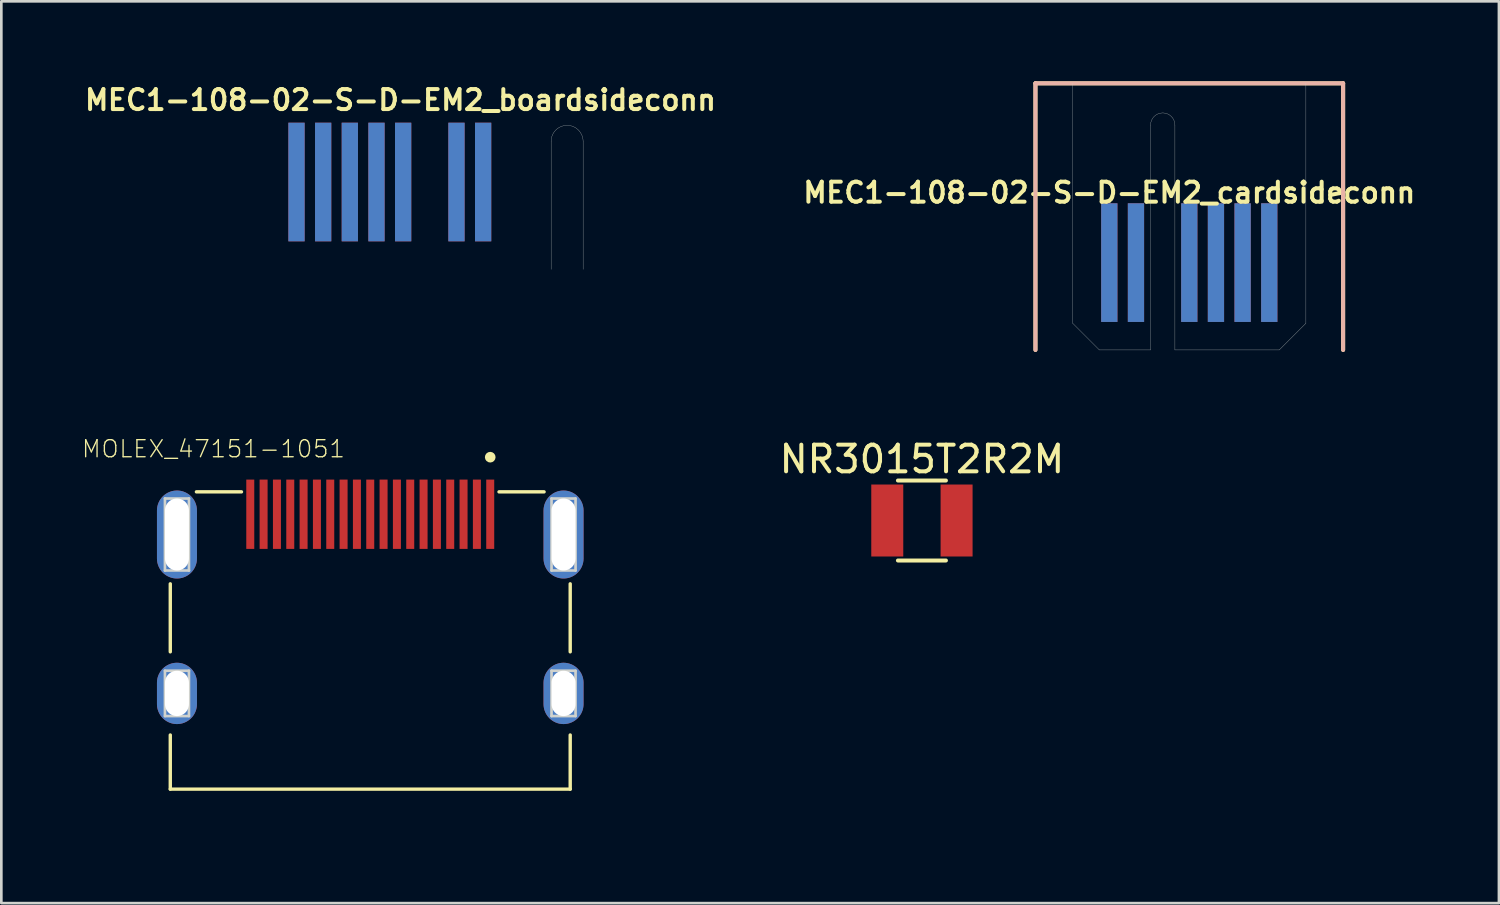
<source format=kicad_pcb>
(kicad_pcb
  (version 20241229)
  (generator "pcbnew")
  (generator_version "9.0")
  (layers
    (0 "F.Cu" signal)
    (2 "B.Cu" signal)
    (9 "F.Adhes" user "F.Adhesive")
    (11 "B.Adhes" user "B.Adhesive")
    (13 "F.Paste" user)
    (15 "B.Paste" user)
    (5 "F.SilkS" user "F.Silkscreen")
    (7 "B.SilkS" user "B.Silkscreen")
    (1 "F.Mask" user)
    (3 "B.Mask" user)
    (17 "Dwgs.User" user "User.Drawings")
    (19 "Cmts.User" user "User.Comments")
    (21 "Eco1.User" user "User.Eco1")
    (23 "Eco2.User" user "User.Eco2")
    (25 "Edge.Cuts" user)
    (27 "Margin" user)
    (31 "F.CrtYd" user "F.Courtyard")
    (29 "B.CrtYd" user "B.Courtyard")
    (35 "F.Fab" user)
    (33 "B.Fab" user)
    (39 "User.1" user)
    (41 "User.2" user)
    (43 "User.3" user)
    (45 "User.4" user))
  (footprint "MEC1-108-02-S-D-EM2_cardsideconn"
    (layer "F.Cu")
    (at 38.557 10.075)
    (property "Reference" "MEC1-108-02-S-D-EM2_cardsideconn" (at 0 -5.9 0) (layer "F.SilkS") (effects (font (size 0.75 0.75) (thickness 0.15))))
    (attr smd)
    (fp_line (start -2.77 0) (end -2.77 -10) (stroke (width 0.15) (type solid)) (layer "F.SilkS"))
    (fp_line (start 8.77 -10) (end -2.77 -10) (stroke (width 0.15) (type solid)) (layer "F.SilkS"))
    (fp_line (start 8.77 0) (end 8.77 -10) (stroke (width 0.15) (type solid)) (layer "F.SilkS"))
    (fp_line (start -2.77 0) (end -2.77 -10) (stroke (width 0.15) (type solid)) (layer "B.SilkS"))
    (fp_line (start 8.77 -10) (end -2.77 -10) (stroke (width 0.15) (type solid)) (layer "B.SilkS"))
    (fp_line (start 8.77 0) (end 8.77 -10) (stroke (width 0.15) (type solid)) (layer "B.SilkS"))
    (fp_line (start -1.374 -1) (end -1.374 -10) (stroke (width 0.01) (type solid)) (layer "Edge.Cuts"))
    (fp_line (start -1.374 -1) (end -0.374 0) (stroke (width 0.01) (type solid)) (layer "Edge.Cuts"))
    (fp_line (start -0.374 0) (end 1.547 0) (stroke (width 0.01) (type solid)) (layer "Edge.Cuts"))
    (fp_line (start 1.547 0) (end 1.547 -8.433) (stroke (width 0.01) (type solid)) (layer "Edge.Cuts"))
    (fp_line (start 2.461 0) (end 2.461 -8.433) (stroke (width 0.01) (type solid)) (layer "Edge.Cuts"))
    (fp_line (start 2.461 0) (end 6.374 0) (stroke (width 0.01) (type solid)) (layer "Edge.Cuts"))
    (fp_line (start 6.374 0) (end 7.374 -1) (stroke (width 0.01) (type solid)) (layer "Edge.Cuts"))
    (fp_line (start 7.374 -1) (end 7.374 -10) (stroke (width 0.01) (type solid)) (layer "Edge.Cuts"))
    (fp_arc (start 1.547 -8.433) (mid 2.004 -8.89) (end 2.461 -8.433) (stroke (width 0.01) (type solid)) (layer "Edge.Cuts"))
    (fp_line (start -2.77 0) (end 8.77 0) (stroke (width 0.15) (type solid)) (layer "Margin"))
    (pad "1" smd rect (at 0 -3.275) (size 0.61 4.45) (layers "F.Cu" "F.Mask" "F.Paste"))
    (pad "2" smd rect (at 0 -3.275) (size 0.61 4.45) (layers "B.Cu" "B.Mask" "B.Paste"))
    (pad "3" smd rect (at 1 -3.275) (size 0.61 4.45) (layers "F.Cu" "F.Mask" "F.Paste"))
    (pad "4" smd rect (at 1 -3.275) (size 0.61 4.45) (layers "B.Cu" "B.Mask" "B.Paste"))
    (pad "7" smd rect (at 3 -3.275) (size 0.61 4.45) (layers "F.Cu" "F.Mask" "F.Paste"))
    (pad "8" smd rect (at 3 -3.275) (size 0.61 4.45) (layers "B.Cu" "B.Mask" "B.Paste"))
    (pad "9" smd rect (at 4 -3.275) (size 0.61 4.45) (layers "F.Cu" "F.Mask" "F.Paste"))
    (pad "10" smd rect (at 4 -3.275) (size 0.61 4.45) (layers "B.Cu" "B.Mask" "B.Paste"))
    (pad "11" smd rect (at 5 -3.275) (size 0.61 4.45) (layers "F.Cu" "F.Mask" "F.Paste"))
    (pad "12" smd rect (at 5 -3.275) (size 0.61 4.45) (layers "B.Cu" "B.Mask" "B.Paste"))
    (pad "13" smd rect (at 6 -3.275) (size 0.61 4.45) (layers "F.Cu" "F.Mask" "F.Paste"))
    (pad "14" smd rect (at 6 -3.275) (size 0.61 4.45) (layers "B.Cu" "B.Mask" "B.Paste")))
  (footprint "NR3015T2R2M"
    (layer "F.Cu")
    (at 31.529 16.473)
    (property "Reference" "NR3015T2R2M" (at 0 -2.3 0) (layer "F.SilkS") (effects (font (size 1 1) (thickness 0.15))))
    (attr smd)
    (fp_line (start -0.9 -1.5) (end 0.9 -1.5) (stroke (width 0.15) (type solid)) (layer "F.SilkS"))
    (fp_line (start 0.9 1.5) (end -0.9 1.5) (stroke (width 0.15) (type solid)) (layer "F.SilkS"))
    (pad "1" smd rect (at -1.3 0) (size 1.2 2.7) (layers "F.Cu" "F.Mask" "F.Paste"))
    (pad "2" smd rect (at 1.3 0) (size 1.2 2.7) (layers "F.Cu" "F.Mask" "F.Paste")))
  (footprint "MOLEX_47151-1051"
    (layer "F.Cu")
    (at 10.837 16.998)
    (property "Reference" "MOLEX_47151-1051" (at -5.882 -3.211 0) (layer "F.SilkS") (effects (font (size 0.641 0.641) (thickness 0.05))))
    (attr smd)
    (fp_line (start -7.5 4.4) (end -7.5 1.85) (stroke (width 0.127) (type solid)) (layer "F.SilkS"))
    (fp_line (start -7.5 9.55) (end -7.5 7.52) (stroke (width 0.127) (type solid)) (layer "F.SilkS"))
    (fp_line (start -6.52 -1.6) (end -4.83 -1.6) (stroke (width 0.127) (type solid)) (layer "F.SilkS"))
    (fp_line (start 4.83 -1.6) (end 6.52 -1.6) (stroke (width 0.127) (type solid)) (layer "F.SilkS"))
    (fp_line (start 7.5 1.85) (end 7.5 4.4) (stroke (width 0.127) (type solid)) (layer "F.SilkS"))
    (fp_line (start 7.5 7.52) (end 7.5 9.55) (stroke (width 0.127) (type solid)) (layer "F.SilkS"))
    (fp_line (start 7.5 9.55) (end -7.5 9.55) (stroke (width 0.127) (type solid)) (layer "F.SilkS"))
    (fp_circle (center 4.5 -2.9) (end 4.6 -2.9) (stroke (width 0.2) (type solid)) (fill no) (layer "F.SilkS"))
    (fp_line (start -8.35 -2.31) (end 8.35 -2.31) (stroke (width 0.05) (type solid)) (layer "Eco1.User"))
    (fp_line (start -8.35 10.8) (end -8.35 -2.31) (stroke (width 0.05) (type solid)) (layer "Eco1.User"))
    (fp_line (start 8.35 -2.31) (end 8.35 10.8) (stroke (width 0.05) (type solid)) (layer "Eco1.User"))
    (fp_line (start 8.35 10.8) (end -8.35 10.8) (stroke (width 0.05) (type solid)) (layer "Eco1.User"))
    (fp_line (start -7.5 -1.6) (end 7.5 -1.6) (stroke (width 0.127) (type solid)) (layer "Eco2.User"))
    (fp_line (start -7.5 10.55) (end -7.5 -1.6) (stroke (width 0.127) (type solid)) (layer "Eco2.User"))
    (fp_line (start 7.5 -1.6) (end 7.5 9.55) (stroke (width 0.127) (type solid)) (layer "Eco2.User"))
    (fp_line (start 7.5 9.55) (end 7.5 10.55) (stroke (width 0.127) (type solid)) (layer "Eco2.User"))
    (fp_line (start 7.5 9.55) (end 10.45 9.55) (stroke (width 0.127) (type solid)) (layer "Eco2.User"))
    (fp_line (start 7.5 10.55) (end -7.5 10.55) (stroke (width 0.127) (type solid)) (layer "Eco2.User"))
    (fp_circle (center 4.5 -2.9) (end 4.6 -2.9) (stroke (width 0.2) (type solid)) (fill no) (layer "Eco2.User"))
    (fp_line (start -7.7 -1.35) (end -7.7 1.35) (stroke (width 0.1) (type solid)) (layer "Edge.Cuts"))
    (fp_line (start -7.7 1.35) (end -6.8 1.35) (stroke (width 0.1) (type solid)) (layer "Edge.Cuts"))
    (fp_line (start -7.7 5.11) (end -7.7 6.81) (stroke (width 0.1) (type solid)) (layer "Edge.Cuts"))
    (fp_line (start -7.7 6.81) (end -6.8 6.81) (stroke (width 0.1) (type solid)) (layer "Edge.Cuts"))
    (fp_line (start -6.8 -1.35) (end -7.7 -1.35) (stroke (width 0.1) (type solid)) (layer "Edge.Cuts"))
    (fp_line (start -6.8 1.35) (end -6.8 -1.35) (stroke (width 0.1) (type solid)) (layer "Edge.Cuts"))
    (fp_line (start -6.8 5.11) (end -7.7 5.11) (stroke (width 0.1) (type solid)) (layer "Edge.Cuts"))
    (fp_line (start -6.8 6.81) (end -6.8 5.11) (stroke (width 0.1) (type solid)) (layer "Edge.Cuts"))
    (fp_line (start 6.8 -1.35) (end 6.8 1.35) (stroke (width 0.1) (type solid)) (layer "Edge.Cuts"))
    (fp_line (start 6.8 1.35) (end 7.7 1.35) (stroke (width 0.1) (type solid)) (layer "Edge.Cuts"))
    (fp_line (start 6.8 5.11) (end 6.8 6.81) (stroke (width 0.1) (type solid)) (layer "Edge.Cuts"))
    (fp_line (start 6.8 6.81) (end 7.7 6.81) (stroke (width 0.1) (type solid)) (layer "Edge.Cuts"))
    (fp_line (start 7.7 -1.35) (end 6.8 -1.35) (stroke (width 0.1) (type solid)) (layer "Edge.Cuts"))
    (fp_line (start 7.7 1.35) (end 7.7 -1.35) (stroke (width 0.1) (type solid)) (layer "Edge.Cuts"))
    (fp_line (start 7.7 5.11) (end 6.8 5.11) (stroke (width 0.1) (type solid)) (layer "Edge.Cuts"))
    (fp_line (start 7.7 6.81) (end 7.7 5.11) (stroke (width 0.1) (type solid)) (layer "Edge.Cuts"))
    (fp_text user "PCB~{EDGE}" (at 8.854 9.304 0) (layer "Edge.Cuts") (effects (font (size 1 1) (thickness 0.05))))
    (pad "1" smd rect (at 4.5 -0.76 90) (size 2.6 0.3) (layers "F.Cu" "F.Mask" "F.Paste"))
    (pad "2" smd rect (at 4 -0.76 90) (size 2.6 0.3) (layers "F.Cu" "F.Mask" "F.Paste"))
    (pad "3" smd rect (at 3.5 -0.76 90) (size 2.6 0.3) (layers "F.Cu" "F.Mask" "F.Paste"))
    (pad "4" smd rect (at 3 -0.76 90) (size 2.6 0.3) (layers "F.Cu" "F.Mask" "F.Paste"))
    (pad "5" smd rect (at 2.5 -0.76 90) (size 2.6 0.3) (layers "F.Cu" "F.Mask" "F.Paste"))
    (pad "6" smd rect (at 2 -0.76 90) (size 2.6 0.3) (layers "F.Cu" "F.Mask" "F.Paste"))
    (pad "7" smd rect (at 1.5 -0.76 90) (size 2.6 0.3) (layers "F.Cu" "F.Mask" "F.Paste"))
    (pad "8" smd rect (at 1 -0.76 90) (size 2.6 0.3) (layers "F.Cu" "F.Mask" "F.Paste"))
    (pad "9" smd rect (at 0.5 -0.76 90) (size 2.6 0.3) (layers "F.Cu" "F.Mask" "F.Paste"))
    (pad "10" smd rect (at 0 -0.76 90) (size 2.6 0.3) (layers "F.Cu" "F.Mask" "F.Paste"))
    (pad "11" smd rect (at -0.5 -0.76 90) (size 2.6 0.3) (layers "F.Cu" "F.Mask" "F.Paste"))
    (pad "12" smd rect (at -1 -0.76 90) (size 2.6 0.3) (layers "F.Cu" "F.Mask" "F.Paste"))
    (pad "13" smd rect (at -1.5 -0.76 90) (size 2.6 0.3) (layers "F.Cu" "F.Mask" "F.Paste"))
    (pad "14" smd rect (at -2 -0.76 90) (size 2.6 0.3) (layers "F.Cu" "F.Mask" "F.Paste"))
    (pad "15" smd rect (at -2.5 -0.76 90) (size 2.6 0.3) (layers "F.Cu" "F.Mask" "F.Paste"))
    (pad "16" smd rect (at -3 -0.76 90) (size 2.6 0.3) (layers "F.Cu" "F.Mask" "F.Paste"))
    (pad "17" smd rect (at -3.5 -0.76 90) (size 2.6 0.3) (layers "F.Cu" "F.Mask" "F.Paste"))
    (pad "18" smd rect (at -4 -0.76 90) (size 2.6 0.3) (layers "F.Cu" "F.Mask" "F.Paste"))
    (pad "19" smd rect (at -4.5 -0.76 90) (size 2.6 0.3) (layers "F.Cu" "F.Mask" "F.Paste"))
    (pad "20" thru_hole oval (at -7.25 0 90) (size 3.3 1.5) (drill oval 2.7 0.9) (layers "*.Cu" "*.Mask"))
    (pad "20" thru_hole oval (at -7.25 5.96 90) (size 2.3 1.5) (drill oval 1.7 0.9) (layers "*.Cu" "*.Mask"))
    (pad "20" thru_hole oval (at 7.25 0 90) (size 3.3 1.5) (drill oval 2.7 0.9) (layers "*.Cu" "*.Mask"))
    (pad "20" thru_hole oval (at 7.25 5.96 90) (size 2.3 1.5) (drill oval 1.7 0.9) (layers "*.Cu" "*.Mask")))
  (footprint "MEC1-108-02-S-D-EM2_boardsideconn"
    (layer "F.Cu")
    (at 8.071 7.052)
    (property "Reference" "MEC1-108-02-S-D-EM2_boardsideconn" (at 3.9 -6.35 0) (layer "F.SilkS") (effects (font (size 0.75 0.75) (thickness 0.15))))
    (attr smd)
    (fp_line (start 9.55 0) (end 9.55 -4.8) (stroke (width 0.01) (type solid)) (layer "Edge.Cuts"))
    (fp_line (start 10.75 0) (end 10.75 -4.8) (stroke (width 0.01) (type solid)) (layer "Edge.Cuts"))
    (fp_arc (start 9.55 -4.8) (mid 10.15 -5.4) (end 10.75 -4.8) (stroke (width 0.01) (type solid)) (layer "Edge.Cuts"))
    (fp_line (start -7.72 0) (end 14.73 0) (stroke (width 0.15) (type solid)) (layer "Margin"))
    (pad "1" smd rect (at 7 -3.275 180) (size 0.61 4.45) (layers "F.Cu" "F.Mask"))
    (pad "2" smd rect (at 7 -3.275 180) (size 0.61 4.45) (layers "B.Cu" "B.Mask"))
    (pad "3" smd rect (at 6 -3.275 180) (size 0.61 4.45) (layers "F.Cu" "F.Mask"))
    (pad "4" smd rect (at 6 -3.275 180) (size 0.61 4.45) (layers "B.Cu" "B.Mask"))
    (pad "5" smd rect (at 4 -3.275 180) (size 0.61 4.45) (layers "F.Cu" "F.Mask"))
    (pad "6" smd rect (at 4 -3.275 180) (size 0.61 4.45) (layers "B.Cu" "B.Mask"))
    (pad "7" smd rect (at 3 -3.275 180) (size 0.61 4.45) (layers "F.Cu" "F.Mask"))
    (pad "8" smd rect (at 3 -3.275 180) (size 0.61 4.45) (layers "B.Cu" "B.Mask"))
    (pad "9" smd rect (at 2 -3.275 180) (size 0.61 4.45) (layers "F.Cu" "F.Mask"))
    (pad "10" smd rect (at 2 -3.275 180) (size 0.61 4.45) (layers "B.Cu" "B.Mask"))
    (pad "11" smd rect (at 1 -3.275 180) (size 0.61 4.45) (layers "F.Cu" "F.Mask"))
    (pad "12" smd rect (at 1 -3.275 180) (size 0.61 4.45) (layers "B.Cu" "B.Mask"))
    (pad "13" smd rect (at 0 -3.275 180) (size 0.61 4.45) (layers "F.Cu" "F.Mask"))
    (pad "14" smd rect (at 0 -3.275 180) (size 0.61 4.45) (layers "B.Cu" "B.Mask")))
  (gr_rect
    (start -3 -3)
    (end 53.171 30.823)
    (stroke (width 0.1) (type default))
    (fill no)
    (layer "Edge.Cuts")))
</source>
